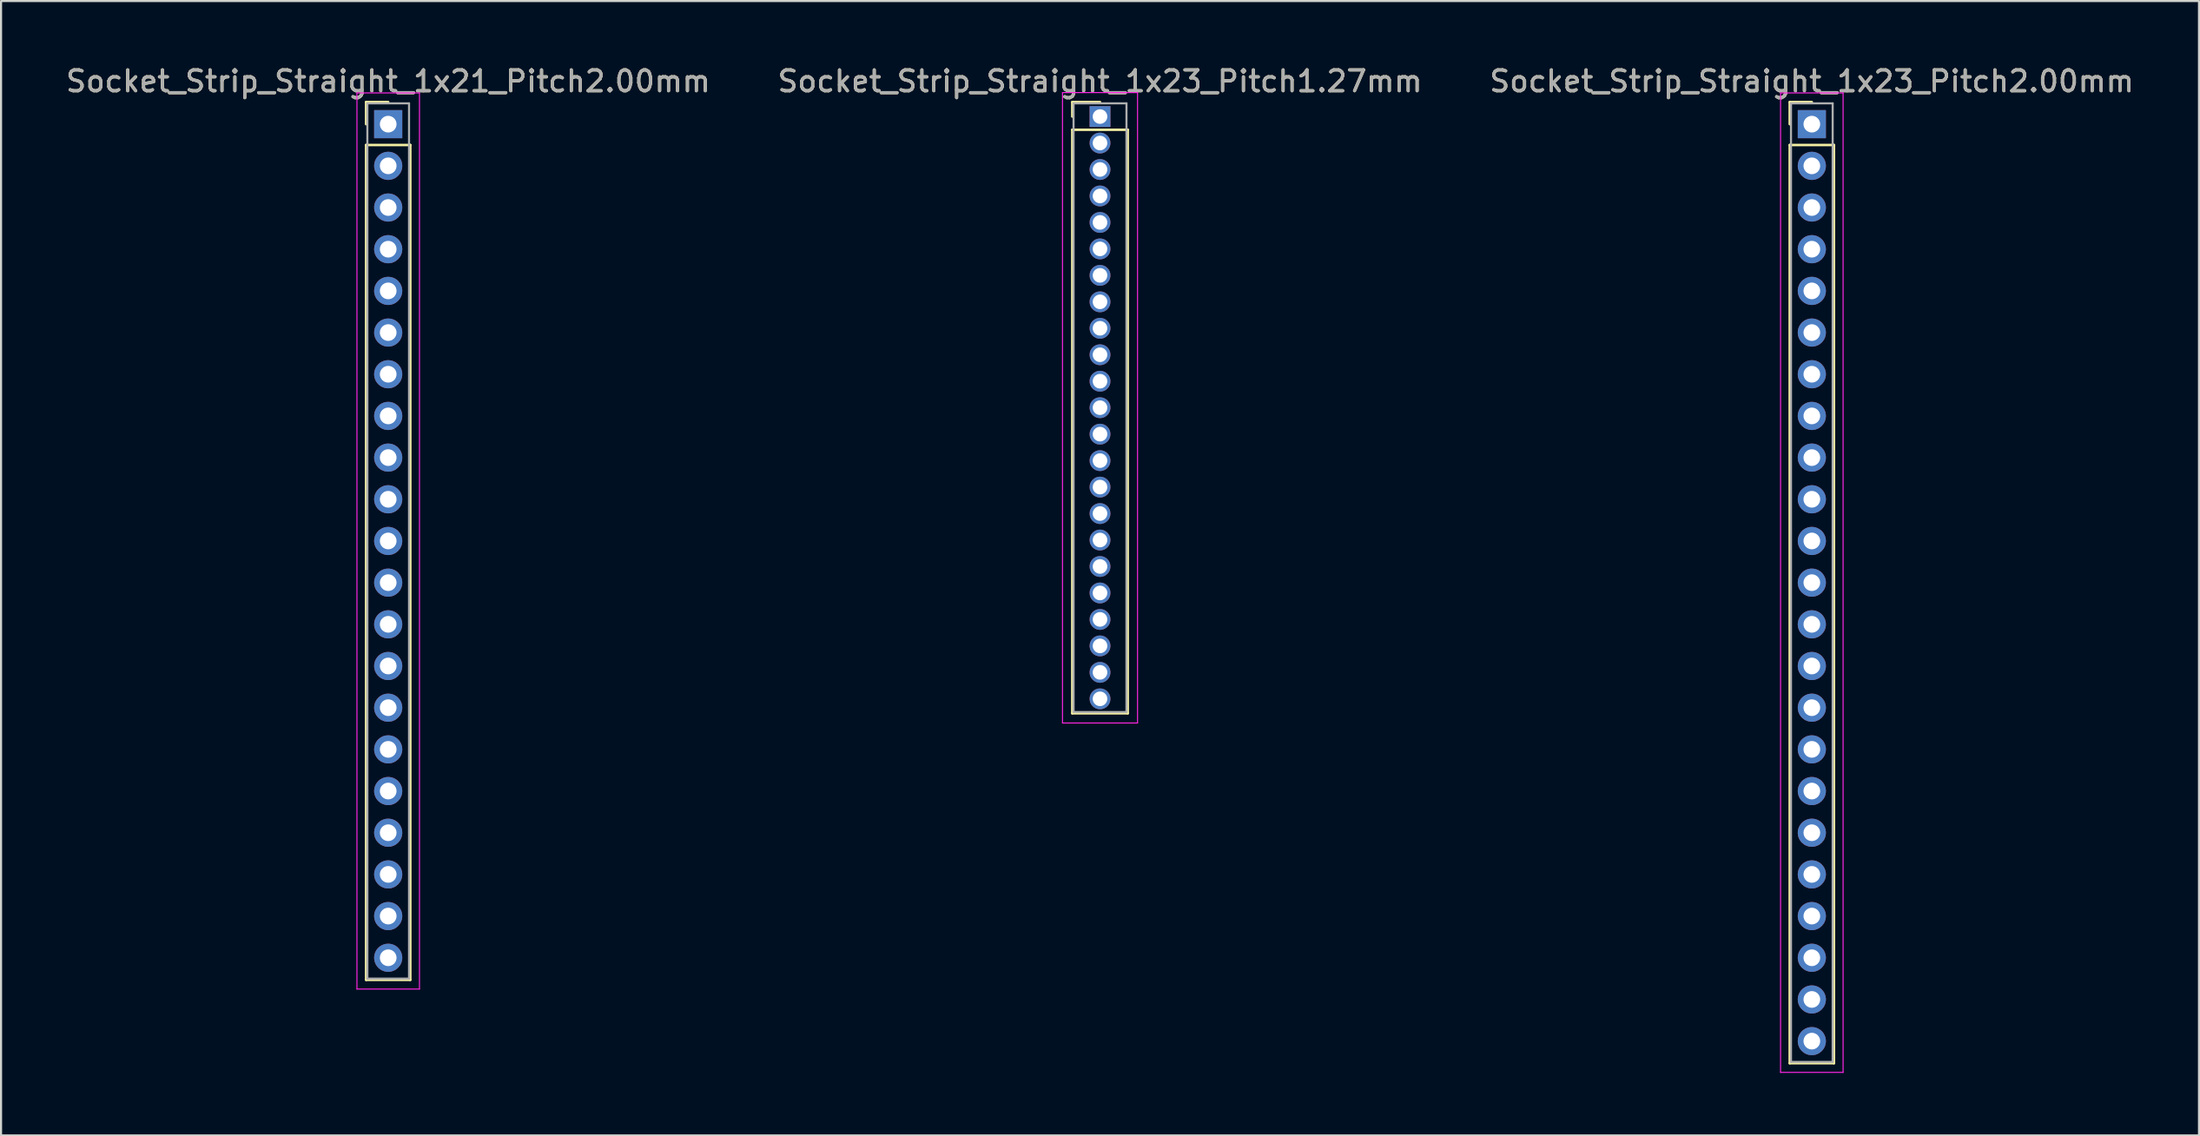
<source format=kicad_pcb>
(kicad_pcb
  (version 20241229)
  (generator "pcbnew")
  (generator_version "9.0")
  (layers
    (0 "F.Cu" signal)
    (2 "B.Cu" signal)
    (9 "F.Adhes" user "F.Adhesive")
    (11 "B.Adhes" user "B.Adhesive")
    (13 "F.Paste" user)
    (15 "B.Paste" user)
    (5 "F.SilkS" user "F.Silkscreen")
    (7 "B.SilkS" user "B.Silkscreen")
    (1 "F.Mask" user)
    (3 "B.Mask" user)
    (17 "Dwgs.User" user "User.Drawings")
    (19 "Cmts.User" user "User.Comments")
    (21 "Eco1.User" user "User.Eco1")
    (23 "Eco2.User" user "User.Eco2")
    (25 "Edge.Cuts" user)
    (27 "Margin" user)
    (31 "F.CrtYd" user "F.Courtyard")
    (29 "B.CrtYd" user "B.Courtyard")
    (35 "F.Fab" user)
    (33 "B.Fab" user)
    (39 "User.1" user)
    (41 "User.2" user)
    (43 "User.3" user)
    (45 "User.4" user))
  (footprint "Socket_Strip_Straight_1x21_Pitch2.00mm"
    (layer "F.Cu")
    (at 15.577 2.908)
    (property "Reference" "Socket_Strip_Straight_1x21_Pitch2.00mm" (at 0 -2.06 0) (layer "F.SilkS") (effects (font (size 1 1) (thickness 0.15))))
    (attr through_hole)
    (fp_line (start -1.06 -1.06) (end 0 -1.06) (stroke (width 0.12) (type solid)) (layer "F.SilkS"))
    (fp_line (start -1.06 0) (end -1.06 -1.06) (stroke (width 0.12) (type solid)) (layer "F.SilkS"))
    (fp_line (start -1.06 1) (end -1.06 41.06) (stroke (width 0.12) (type solid)) (layer "F.SilkS"))
    (fp_line (start -1.06 41.06) (end 1.06 41.06) (stroke (width 0.12) (type solid)) (layer "F.SilkS"))
    (fp_line (start 1.06 1) (end -1.06 1) (stroke (width 0.12) (type solid)) (layer "F.SilkS"))
    (fp_line (start 1.06 41.06) (end 1.06 1) (stroke (width 0.12) (type solid)) (layer "F.SilkS"))
    (fp_line (start -1.5 -1.5) (end -1.5 41.5) (stroke (width 0.05) (type solid)) (layer "F.CrtYd"))
    (fp_line (start -1.5 41.5) (end 1.5 41.5) (stroke (width 0.05) (type solid)) (layer "F.CrtYd"))
    (fp_line (start 1.5 -1.5) (end -1.5 -1.5) (stroke (width 0.05) (type solid)) (layer "F.CrtYd"))
    (fp_line (start 1.5 41.5) (end 1.5 -1.5) (stroke (width 0.05) (type solid)) (layer "F.CrtYd"))
    (fp_line (start -1 -1) (end -1 41) (stroke (width 0.1) (type solid)) (layer "F.Fab"))
    (fp_line (start -1 41) (end 1 41) (stroke (width 0.1) (type solid)) (layer "F.Fab"))
    (fp_line (start 1 -1) (end -1 -1) (stroke (width 0.1) (type solid)) (layer "F.Fab"))
    (fp_line (start 1 41) (end 1 -1) (stroke (width 0.1) (type solid)) (layer "F.Fab"))
    (fp_text user "${REFERENCE}" (at 0 -2.06 0) (layer "F.Fab") (effects (font (size 1 1) (thickness 0.15))))
    (pad "1" thru_hole rect (at 0 0) (size 1.35 1.35) (drill 0.8) (layers "*.Cu" "*.Mask"))
    (pad "2" thru_hole oval (at 0 2) (size 1.35 1.35) (drill 0.8) (layers "*.Cu" "*.Mask"))
    (pad "3" thru_hole oval (at 0 4) (size 1.35 1.35) (drill 0.8) (layers "*.Cu" "*.Mask"))
    (pad "4" thru_hole oval (at 0 6) (size 1.35 1.35) (drill 0.8) (layers "*.Cu" "*.Mask"))
    (pad "5" thru_hole oval (at 0 8) (size 1.35 1.35) (drill 0.8) (layers "*.Cu" "*.Mask"))
    (pad "6" thru_hole oval (at 0 10) (size 1.35 1.35) (drill 0.8) (layers "*.Cu" "*.Mask"))
    (pad "7" thru_hole oval (at 0 12) (size 1.35 1.35) (drill 0.8) (layers "*.Cu" "*.Mask"))
    (pad "8" thru_hole oval (at 0 14) (size 1.35 1.35) (drill 0.8) (layers "*.Cu" "*.Mask"))
    (pad "9" thru_hole oval (at 0 16) (size 1.35 1.35) (drill 0.8) (layers "*.Cu" "*.Mask"))
    (pad "10" thru_hole oval (at 0 18) (size 1.35 1.35) (drill 0.8) (layers "*.Cu" "*.Mask"))
    (pad "11" thru_hole oval (at 0 20) (size 1.35 1.35) (drill 0.8) (layers "*.Cu" "*.Mask"))
    (pad "12" thru_hole oval (at 0 22) (size 1.35 1.35) (drill 0.8) (layers "*.Cu" "*.Mask"))
    (pad "13" thru_hole oval (at 0 24) (size 1.35 1.35) (drill 0.8) (layers "*.Cu" "*.Mask"))
    (pad "14" thru_hole oval (at 0 26) (size 1.35 1.35) (drill 0.8) (layers "*.Cu" "*.Mask"))
    (pad "15" thru_hole oval (at 0 28) (size 1.35 1.35) (drill 0.8) (layers "*.Cu" "*.Mask"))
    (pad "16" thru_hole oval (at 0 30) (size 1.35 1.35) (drill 0.8) (layers "*.Cu" "*.Mask"))
    (pad "17" thru_hole oval (at 0 32) (size 1.35 1.35) (drill 0.8) (layers "*.Cu" "*.Mask"))
    (pad "18" thru_hole oval (at 0 34) (size 1.35 1.35) (drill 0.8) (layers "*.Cu" "*.Mask"))
    (pad "19" thru_hole oval (at 0 36) (size 1.35 1.35) (drill 0.8) (layers "*.Cu" "*.Mask"))
    (pad "20" thru_hole oval (at 0 38) (size 1.35 1.35) (drill 0.8) (layers "*.Cu" "*.Mask"))
    (pad "21" thru_hole oval (at 0 40) (size 1.35 1.35) (drill 0.8) (layers "*.Cu" "*.Mask")))
  (footprint "Socket_Strip_Straight_1x23_Pitch1.27mm"
    (layer "F.Cu")
    (at 49.732 2.543)
    (property "Reference" "Socket_Strip_Straight_1x23_Pitch1.27mm" (at 0 -1.695 0) (layer "F.SilkS") (effects (font (size 1 1) (thickness 0.15))))
    (attr through_hole)
    (fp_line (start -1.33 -0.695) (end 0 -0.695) (stroke (width 0.12) (type solid)) (layer "F.SilkS"))
    (fp_line (start -1.33 0) (end -1.33 -0.695) (stroke (width 0.12) (type solid)) (layer "F.SilkS"))
    (fp_line (start -1.33 0.635) (end -1.33 28.635) (stroke (width 0.12) (type solid)) (layer "F.SilkS"))
    (fp_line (start -1.33 28.635) (end 1.33 28.635) (stroke (width 0.12) (type solid)) (layer "F.SilkS"))
    (fp_line (start 1.33 0.635) (end -1.33 0.635) (stroke (width 0.12) (type solid)) (layer "F.SilkS"))
    (fp_line (start 1.33 28.635) (end 1.33 0.635) (stroke (width 0.12) (type solid)) (layer "F.SilkS"))
    (fp_line (start -1.8 -1.15) (end -1.8 29.1) (stroke (width 0.05) (type solid)) (layer "F.CrtYd"))
    (fp_line (start -1.8 29.1) (end 1.8 29.1) (stroke (width 0.05) (type solid)) (layer "F.CrtYd"))
    (fp_line (start 1.8 -1.15) (end -1.8 -1.15) (stroke (width 0.05) (type solid)) (layer "F.CrtYd"))
    (fp_line (start 1.8 29.1) (end 1.8 -1.15) (stroke (width 0.05) (type solid)) (layer "F.CrtYd"))
    (fp_line (start -1.27 -0.635) (end -1.27 28.575) (stroke (width 0.1) (type solid)) (layer "F.Fab"))
    (fp_line (start -1.27 28.575) (end 1.27 28.575) (stroke (width 0.1) (type solid)) (layer "F.Fab"))
    (fp_line (start 1.27 -0.635) (end -1.27 -0.635) (stroke (width 0.1) (type solid)) (layer "F.Fab"))
    (fp_line (start 1.27 28.575) (end 1.27 -0.635) (stroke (width 0.1) (type solid)) (layer "F.Fab"))
    (fp_text user "${REFERENCE}" (at 0 -1.695 0) (layer "F.Fab") (effects (font (size 1 1) (thickness 0.15))))
    (pad "1" thru_hole rect (at 0 0) (size 1 1) (drill 0.7) (layers "*.Cu" "*.Mask"))
    (pad "2" thru_hole oval (at 0 1.27) (size 1 1) (drill 0.7) (layers "*.Cu" "*.Mask"))
    (pad "3" thru_hole oval (at 0 2.54) (size 1 1) (drill 0.7) (layers "*.Cu" "*.Mask"))
    (pad "4" thru_hole oval (at 0 3.81) (size 1 1) (drill 0.7) (layers "*.Cu" "*.Mask"))
    (pad "5" thru_hole oval (at 0 5.08) (size 1 1) (drill 0.7) (layers "*.Cu" "*.Mask"))
    (pad "6" thru_hole oval (at 0 6.35) (size 1 1) (drill 0.7) (layers "*.Cu" "*.Mask"))
    (pad "7" thru_hole oval (at 0 7.62) (size 1 1) (drill 0.7) (layers "*.Cu" "*.Mask"))
    (pad "8" thru_hole oval (at 0 8.89) (size 1 1) (drill 0.7) (layers "*.Cu" "*.Mask"))
    (pad "9" thru_hole oval (at 0 10.16) (size 1 1) (drill 0.7) (layers "*.Cu" "*.Mask"))
    (pad "10" thru_hole oval (at 0 11.43) (size 1 1) (drill 0.7) (layers "*.Cu" "*.Mask"))
    (pad "11" thru_hole oval (at 0 12.7) (size 1 1) (drill 0.7) (layers "*.Cu" "*.Mask"))
    (pad "12" thru_hole oval (at 0 13.97) (size 1 1) (drill 0.7) (layers "*.Cu" "*.Mask"))
    (pad "13" thru_hole oval (at 0 15.24) (size 1 1) (drill 0.7) (layers "*.Cu" "*.Mask"))
    (pad "14" thru_hole oval (at 0 16.51) (size 1 1) (drill 0.7) (layers "*.Cu" "*.Mask"))
    (pad "15" thru_hole oval (at 0 17.78) (size 1 1) (drill 0.7) (layers "*.Cu" "*.Mask"))
    (pad "16" thru_hole oval (at 0 19.05) (size 1 1) (drill 0.7) (layers "*.Cu" "*.Mask"))
    (pad "17" thru_hole oval (at 0 20.32) (size 1 1) (drill 0.7) (layers "*.Cu" "*.Mask"))
    (pad "18" thru_hole oval (at 0 21.59) (size 1 1) (drill 0.7) (layers "*.Cu" "*.Mask"))
    (pad "19" thru_hole oval (at 0 22.86) (size 1 1) (drill 0.7) (layers "*.Cu" "*.Mask"))
    (pad "20" thru_hole oval (at 0 24.13) (size 1 1) (drill 0.7) (layers "*.Cu" "*.Mask"))
    (pad "21" thru_hole oval (at 0 25.4) (size 1 1) (drill 0.7) (layers "*.Cu" "*.Mask"))
    (pad "22" thru_hole oval (at 0 26.67) (size 1 1) (drill 0.7) (layers "*.Cu" "*.Mask"))
    (pad "23" thru_hole oval (at 0 27.94) (size 1 1) (drill 0.7) (layers "*.Cu" "*.Mask")))
  (footprint "Socket_Strip_Straight_1x23_Pitch2.00mm"
    (layer "F.Cu")
    (at 83.887 2.908)
    (property "Reference" "Socket_Strip_Straight_1x23_Pitch2.00mm" (at 0 -2.06 0) (layer "F.SilkS") (effects (font (size 1 1) (thickness 0.15))))
    (attr through_hole)
    (fp_line (start -1.06 -1.06) (end 0 -1.06) (stroke (width 0.12) (type solid)) (layer "F.SilkS"))
    (fp_line (start -1.06 0) (end -1.06 -1.06) (stroke (width 0.12) (type solid)) (layer "F.SilkS"))
    (fp_line (start -1.06 1) (end -1.06 45.06) (stroke (width 0.12) (type solid)) (layer "F.SilkS"))
    (fp_line (start -1.06 45.06) (end 1.06 45.06) (stroke (width 0.12) (type solid)) (layer "F.SilkS"))
    (fp_line (start 1.06 1) (end -1.06 1) (stroke (width 0.12) (type solid)) (layer "F.SilkS"))
    (fp_line (start 1.06 45.06) (end 1.06 1) (stroke (width 0.12) (type solid)) (layer "F.SilkS"))
    (fp_line (start -1.5 -1.5) (end -1.5 45.5) (stroke (width 0.05) (type solid)) (layer "F.CrtYd"))
    (fp_line (start -1.5 45.5) (end 1.5 45.5) (stroke (width 0.05) (type solid)) (layer "F.CrtYd"))
    (fp_line (start 1.5 -1.5) (end -1.5 -1.5) (stroke (width 0.05) (type solid)) (layer "F.CrtYd"))
    (fp_line (start 1.5 45.5) (end 1.5 -1.5) (stroke (width 0.05) (type solid)) (layer "F.CrtYd"))
    (fp_line (start -1 -1) (end -1 45) (stroke (width 0.1) (type solid)) (layer "F.Fab"))
    (fp_line (start -1 45) (end 1 45) (stroke (width 0.1) (type solid)) (layer "F.Fab"))
    (fp_line (start 1 -1) (end -1 -1) (stroke (width 0.1) (type solid)) (layer "F.Fab"))
    (fp_line (start 1 45) (end 1 -1) (stroke (width 0.1) (type solid)) (layer "F.Fab"))
    (fp_text user "${REFERENCE}" (at 0 -2.06 0) (layer "F.Fab") (effects (font (size 1 1) (thickness 0.15))))
    (pad "1" thru_hole rect (at 0 0) (size 1.35 1.35) (drill 0.8) (layers "*.Cu" "*.Mask"))
    (pad "2" thru_hole oval (at 0 2) (size 1.35 1.35) (drill 0.8) (layers "*.Cu" "*.Mask"))
    (pad "3" thru_hole oval (at 0 4) (size 1.35 1.35) (drill 0.8) (layers "*.Cu" "*.Mask"))
    (pad "4" thru_hole oval (at 0 6) (size 1.35 1.35) (drill 0.8) (layers "*.Cu" "*.Mask"))
    (pad "5" thru_hole oval (at 0 8) (size 1.35 1.35) (drill 0.8) (layers "*.Cu" "*.Mask"))
    (pad "6" thru_hole oval (at 0 10) (size 1.35 1.35) (drill 0.8) (layers "*.Cu" "*.Mask"))
    (pad "7" thru_hole oval (at 0 12) (size 1.35 1.35) (drill 0.8) (layers "*.Cu" "*.Mask"))
    (pad "8" thru_hole oval (at 0 14) (size 1.35 1.35) (drill 0.8) (layers "*.Cu" "*.Mask"))
    (pad "9" thru_hole oval (at 0 16) (size 1.35 1.35) (drill 0.8) (layers "*.Cu" "*.Mask"))
    (pad "10" thru_hole oval (at 0 18) (size 1.35 1.35) (drill 0.8) (layers "*.Cu" "*.Mask"))
    (pad "11" thru_hole oval (at 0 20) (size 1.35 1.35) (drill 0.8) (layers "*.Cu" "*.Mask"))
    (pad "12" thru_hole oval (at 0 22) (size 1.35 1.35) (drill 0.8) (layers "*.Cu" "*.Mask"))
    (pad "13" thru_hole oval (at 0 24) (size 1.35 1.35) (drill 0.8) (layers "*.Cu" "*.Mask"))
    (pad "14" thru_hole oval (at 0 26) (size 1.35 1.35) (drill 0.8) (layers "*.Cu" "*.Mask"))
    (pad "15" thru_hole oval (at 0 28) (size 1.35 1.35) (drill 0.8) (layers "*.Cu" "*.Mask"))
    (pad "16" thru_hole oval (at 0 30) (size 1.35 1.35) (drill 0.8) (layers "*.Cu" "*.Mask"))
    (pad "17" thru_hole oval (at 0 32) (size 1.35 1.35) (drill 0.8) (layers "*.Cu" "*.Mask"))
    (pad "18" thru_hole oval (at 0 34) (size 1.35 1.35) (drill 0.8) (layers "*.Cu" "*.Mask"))
    (pad "19" thru_hole oval (at 0 36) (size 1.35 1.35) (drill 0.8) (layers "*.Cu" "*.Mask"))
    (pad "20" thru_hole oval (at 0 38) (size 1.35 1.35) (drill 0.8) (layers "*.Cu" "*.Mask"))
    (pad "21" thru_hole oval (at 0 40) (size 1.35 1.35) (drill 0.8) (layers "*.Cu" "*.Mask"))
    (pad "22" thru_hole oval (at 0 42) (size 1.35 1.35) (drill 0.8) (layers "*.Cu" "*.Mask"))
    (pad "23" thru_hole oval (at 0 44) (size 1.35 1.35) (drill 0.8) (layers "*.Cu" "*.Mask")))
  (gr_rect
    (start -3 -3)
    (end 102.464 51.433)
    (stroke (width 0.1) (type default))
    (fill no)
    (layer "Edge.Cuts")))
</source>
